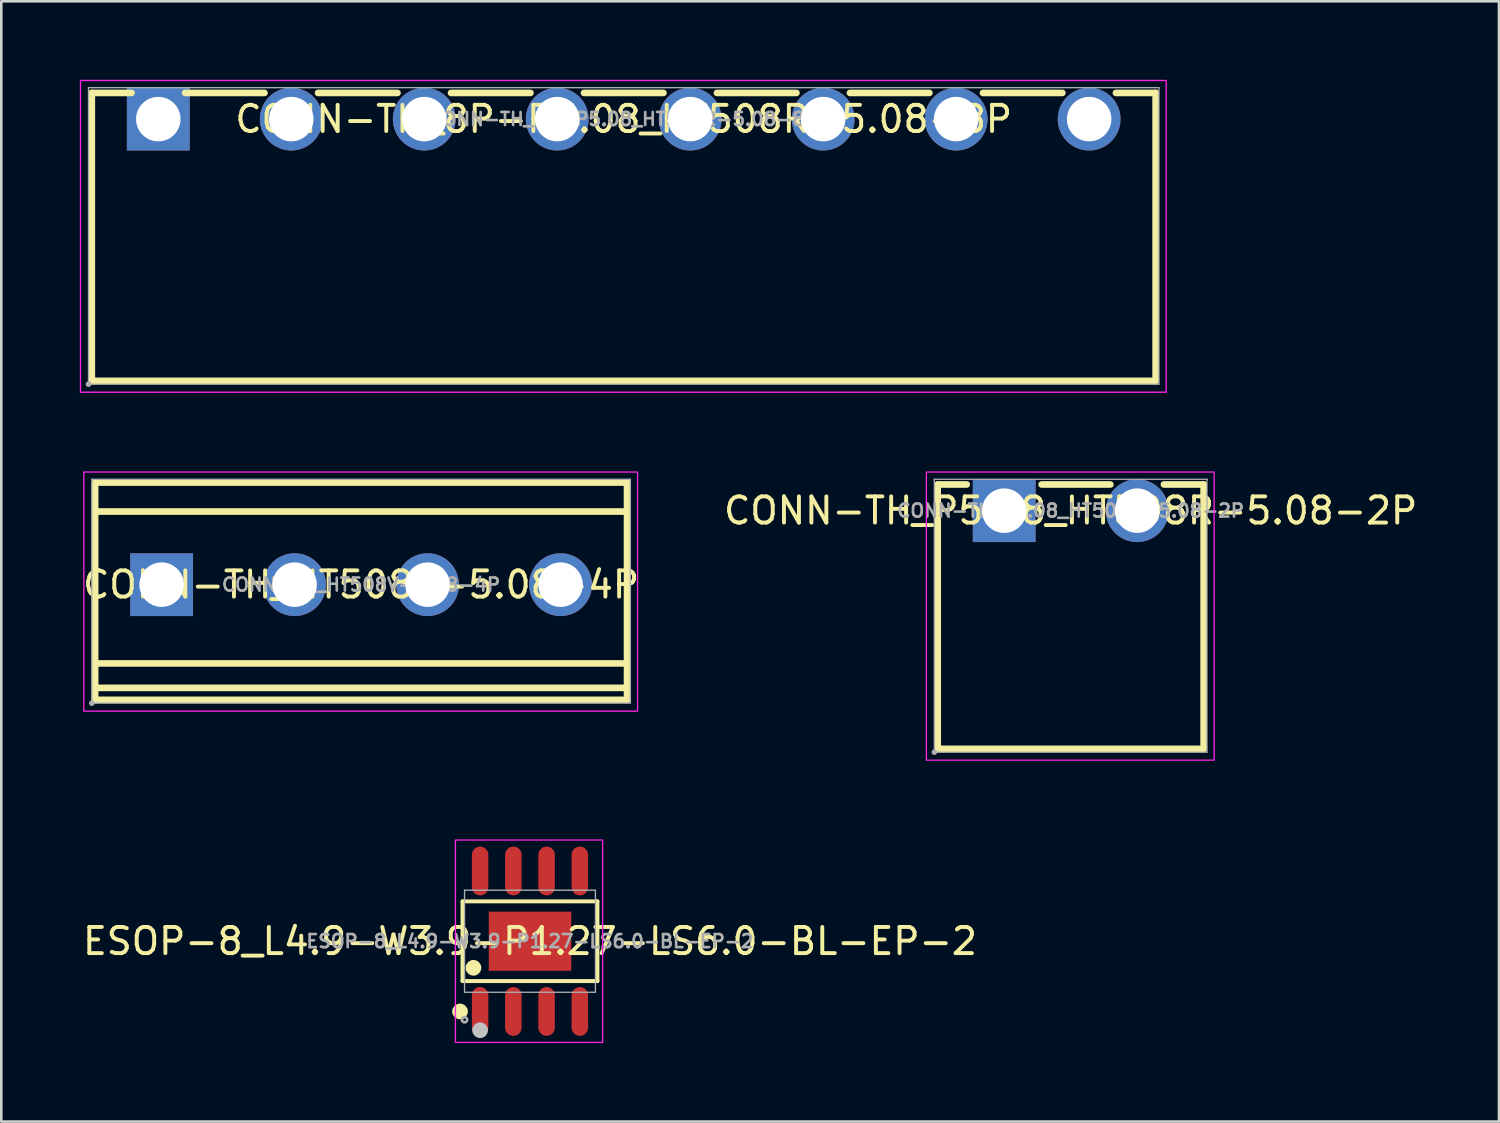
<source format=kicad_pcb>
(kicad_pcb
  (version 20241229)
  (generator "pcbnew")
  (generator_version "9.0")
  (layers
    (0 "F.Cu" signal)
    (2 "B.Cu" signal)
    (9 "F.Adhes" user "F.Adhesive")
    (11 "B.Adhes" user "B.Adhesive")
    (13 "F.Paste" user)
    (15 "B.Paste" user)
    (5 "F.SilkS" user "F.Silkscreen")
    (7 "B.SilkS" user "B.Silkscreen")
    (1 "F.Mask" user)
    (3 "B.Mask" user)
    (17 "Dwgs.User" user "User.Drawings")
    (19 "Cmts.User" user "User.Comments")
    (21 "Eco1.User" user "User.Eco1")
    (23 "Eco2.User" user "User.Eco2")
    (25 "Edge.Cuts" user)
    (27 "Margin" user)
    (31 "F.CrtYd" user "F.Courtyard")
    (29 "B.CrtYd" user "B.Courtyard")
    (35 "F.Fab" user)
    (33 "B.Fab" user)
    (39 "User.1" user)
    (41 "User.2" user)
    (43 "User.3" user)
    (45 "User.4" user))
  (footprint "ESOP-8_L4.9-W3.9-P1.27-LS6.0-BL-EP-2"
    (layer "F.Cu")
    (at 17.196 32.906)
    (property "Reference" "ESOP-8_L4.9-W3.9-P1.27-LS6.0-BL-EP-2" (at 0 0 0) (layer "F.SilkS") (effects (font (size 1 1) (thickness 0.15))))
    (fp_line (start -2.576 -1.522) (end 2.576 -1.522) (stroke (width 0.152) (type default)) (layer "F.SilkS"))
    (fp_line (start -2.576 1.522) (end -2.576 -1.522) (stroke (width 0.152) (type default)) (layer "F.SilkS"))
    (fp_line (start 2.576 -1.522) (end 2.576 1.522) (stroke (width 0.152) (type default)) (layer "F.SilkS"))
    (fp_line (start 2.576 1.522) (end -2.576 1.522) (stroke (width 0.152) (type default)) (layer "F.SilkS"))
    (fp_circle (center -2.672 2.683) (end -2.522 2.683) (stroke (width 0.3) (type default)) (fill no) (layer "F.SilkS"))
    (fp_circle (center -2.159 1.016) (end -2.009 1.016) (stroke (width 0.3) (type default)) (fill no) (layer "F.SilkS"))
    (fp_circle (center -1.905 3.4) (end -1.755 3.4) (stroke (width 0.3) (type default)) (fill no) (layer "Dwgs.User"))
    (fp_rect (start -2.848 -3.865) (end 2.776 3.865) (stroke (width 0.05) (type default)) (fill no) (layer "F.CrtYd"))
    (fp_line (start -2.5 -1.95) (end 2.5 -1.95) (stroke (width 0.051) (type default)) (layer "F.Fab"))
    (fp_line (start -2.5 1.95) (end -2.5 -1.95) (stroke (width 0.051) (type default)) (layer "F.Fab"))
    (fp_line (start 2.5 -1.95) (end 2.5 1.95) (stroke (width 0.051) (type default)) (layer "F.Fab"))
    (fp_line (start 2.5 1.95) (end -2.5 1.95) (stroke (width 0.051) (type default)) (layer "F.Fab"))
    (fp_poly (pts (xy -2.402 2.98) (xy -2.417 2.944) (xy -2.444 2.917) (xy -2.48 2.902) (xy -2.52 2.902) (xy -2.556 2.917) (xy -2.583 2.944) (xy -2.598 2.98) (xy -2.598 3.02) (xy -2.583 3.056) (xy -2.556 3.083) (xy -2.52 3.098) (xy -2.48 3.098) (xy -2.444 3.083) (xy -2.417 3.056) (xy -2.402 3.02)) (stroke (width 0.1) (type default)) (fill no) (layer "F.Fab"))
    (fp_poly (pts (xy -2.115 -2.165) (xy -2.115 -3) (xy -1.695 -3) (xy -1.695 -2.165)) (stroke (width 0.1) (type default)) (fill no) (layer "User.1"))
    (fp_poly (pts (xy -2.115 -1.94) (xy -2.115 -2.175) (xy -1.695 -2.175) (xy -1.695 -1.94)) (stroke (width 0.1) (type default)) (fill no) (layer "User.1"))
    (fp_poly (pts (xy -2.115 2.175) (xy -2.115 1.94) (xy -1.695 1.94) (xy -1.695 2.175)) (stroke (width 0.1) (type default)) (fill no) (layer "User.1"))
    (fp_poly (pts (xy -2.115 3) (xy -2.115 2.165) (xy -1.695 2.165) (xy -1.695 3)) (stroke (width 0.1) (type default)) (fill no) (layer "User.1"))
    (fp_poly (pts (xy -1.575 -1.13) (xy 1.575 -1.13) (xy 1.575 1.13) (xy -1.575 1.13)) (stroke (width 0.1) (type default)) (fill no) (layer "User.1"))
    (fp_poly (pts (xy -0.845 -2.165) (xy -0.845 -3) (xy -0.425 -3) (xy -0.425 -2.165)) (stroke (width 0.1) (type default)) (fill no) (layer "User.1"))
    (fp_poly (pts (xy -0.845 -1.94) (xy -0.845 -2.175) (xy -0.425 -2.175) (xy -0.425 -1.94)) (stroke (width 0.1) (type default)) (fill no) (layer "User.1"))
    (fp_poly (pts (xy -0.845 2.175) (xy -0.845 1.94) (xy -0.425 1.94) (xy -0.425 2.175)) (stroke (width 0.1) (type default)) (fill no) (layer "User.1"))
    (fp_poly (pts (xy -0.845 3) (xy -0.845 2.165) (xy -0.425 2.165) (xy -0.425 3)) (stroke (width 0.1) (type default)) (fill no) (layer "User.1"))
    (fp_poly (pts (xy 0.425 -2.165) (xy 0.425 -3) (xy 0.845 -3) (xy 0.845 -2.165)) (stroke (width 0.1) (type default)) (fill no) (layer "User.1"))
    (fp_poly (pts (xy 0.425 -1.94) (xy 0.425 -2.175) (xy 0.845 -2.175) (xy 0.845 -1.94)) (stroke (width 0.1) (type default)) (fill no) (layer "User.1"))
    (fp_poly (pts (xy 0.425 2.175) (xy 0.425 1.94) (xy 0.845 1.94) (xy 0.845 2.175)) (stroke (width 0.1) (type default)) (fill no) (layer "User.1"))
    (fp_poly (pts (xy 0.425 3) (xy 0.425 2.165) (xy 0.845 2.165) (xy 0.845 3)) (stroke (width 0.1) (type default)) (fill no) (layer "User.1"))
    (fp_poly (pts (xy 1.695 -2.165) (xy 1.695 -3) (xy 2.115 -3) (xy 2.115 -2.165)) (stroke (width 0.1) (type default)) (fill no) (layer "User.1"))
    (fp_poly (pts (xy 1.695 -1.94) (xy 1.695 -2.175) (xy 2.115 -2.175) (xy 2.115 -1.94)) (stroke (width 0.1) (type default)) (fill no) (layer "User.1"))
    (fp_poly (pts (xy 1.695 2.175) (xy 1.695 1.94) (xy 2.115 1.94) (xy 2.115 2.175)) (stroke (width 0.1) (type default)) (fill no) (layer "User.1"))
    (fp_poly (pts (xy 1.695 3) (xy 1.695 2.165) (xy 2.115 2.165) (xy 2.115 3)) (stroke (width 0.1) (type default)) (fill no) (layer "User.1"))
    (fp_text user "${REFERENCE}" (at 0 0 0) (layer "F.Fab") (effects (font (size 0.5 0.5) (thickness 0.1))))
    (pad "1" smd oval (at -1.905 2.683) (size 0.63 1.865) (layers "F.Cu" "F.Mask" "F.Paste"))
    (pad "2" smd oval (at -0.635 2.683) (size 0.63 1.865) (layers "F.Cu" "F.Mask" "F.Paste"))
    (pad "3" smd oval (at 0.635 2.683) (size 0.63 1.865) (layers "F.Cu" "F.Mask" "F.Paste"))
    (pad "4" smd oval (at 1.905 2.683) (size 0.63 1.865) (layers "F.Cu" "F.Mask" "F.Paste"))
    (pad "5" smd oval (at 1.905 -2.683) (size 0.63 1.865) (layers "F.Cu" "F.Mask" "F.Paste"))
    (pad "6" smd oval (at 0.635 -2.683) (size 0.63 1.865) (layers "F.Cu" "F.Mask" "F.Paste"))
    (pad "7" smd oval (at -0.635 -2.683) (size 0.63 1.865) (layers "F.Cu" "F.Mask" "F.Paste"))
    (pad "8" smd oval (at -1.905 -2.683) (size 0.63 1.865) (layers "F.Cu" "F.Mask" "F.Paste"))
    (pad "9" smd rect (at 0 0) (size 3.15 2.26) (layers "F.Cu" "F.Mask" "F.Paste")))
  (footprint "CONN-TH_P5.08_HT508R-5.08-2P"
    (layer "F.Cu")
    (at 37.851 16.458)
    (property "Reference" "CONN-TH_P5.08_HT508R-5.08-2P" (at 0 0 0) (layer "F.SilkS") (effects (font (size 1 1) (thickness 0.15))))
    (fp_line (start -5.08 -1) (end -5.08 9.1) (stroke (width 0.254) (type default)) (layer "F.SilkS"))
    (fp_line (start -5.08 -1) (end -3.971 -1) (stroke (width 0.254) (type default)) (layer "F.SilkS"))
    (fp_line (start -5.08 9.1) (end 5.08 9.1) (stroke (width 0.254) (type default)) (layer "F.SilkS"))
    (fp_line (start -1.109 -1) (end 1.517 -1) (stroke (width 0.254) (type default)) (layer "F.SilkS"))
    (fp_line (start 3.563 -1) (end 5.08 -1) (stroke (width 0.254) (type default)) (layer "F.SilkS"))
    (fp_line (start 5.08 -1) (end 5.08 9.1) (stroke (width 0.254) (type default)) (layer "F.SilkS"))
    (fp_rect (start -5.512 -1.476) (end 5.482 9.532) (stroke (width 0.05) (type default)) (fill no) (layer "F.CrtYd"))
    (fp_line (start -5.207 -1.2) (end 5.207 -1.2) (stroke (width 0.051) (type default)) (layer "F.Fab"))
    (fp_line (start -5.207 9.227) (end -5.207 -1.2) (stroke (width 0.051) (type default)) (layer "F.Fab"))
    (fp_line (start 5.207 -1.2) (end 5.207 9.227) (stroke (width 0.051) (type default)) (layer "F.Fab"))
    (fp_line (start 5.207 9.227) (end -5.207 9.227) (stroke (width 0.051) (type default)) (layer "F.Fab"))
    (fp_poly (pts (xy -5.152 9.204) (xy -5.184 9.172) (xy -5.23 9.172) (xy -5.262 9.204) (xy -5.262 9.25) (xy -5.23 9.282) (xy -5.184 9.282) (xy -5.152 9.25)) (stroke (width 0.1) (type default)) (fill no) (layer "F.Fab"))
    (fp_poly (pts (xy -1.794 -0.074) (xy -1.822 -0.218) (xy -1.879 -0.354) (xy -1.96 -0.476) (xy -2.064 -0.58) (xy -2.186 -0.661) (xy -2.322 -0.718) (xy -2.466 -0.746) (xy -2.614 -0.746) (xy -2.758 -0.718) (xy -2.894 -0.661) (xy -3.016 -0.58) (xy -3.12 -0.476) (xy -3.201 -0.354) (xy -3.258 -0.218) (xy -3.286 -0.074) (xy -3.286 0.074) (xy -3.258 0.218) (xy -3.201 0.354) (xy -3.12 0.476) (xy -3.016 0.58) (xy -2.894 0.661) (xy -2.758 0.718) (xy -2.614 0.746) (xy -2.466 0.746) (xy -2.322 0.718) (xy -2.186 0.661) (xy -2.064 0.58) (xy -1.96 0.476) (xy -1.879 0.354) (xy -1.822 0.218) (xy -1.794 0.074)) (stroke (width 0.1) (type default)) (fill no) (layer "User.1"))
    (fp_poly (pts (xy 3.286 -0.074) (xy 3.258 -0.218) (xy 3.201 -0.354) (xy 3.12 -0.476) (xy 3.016 -0.58) (xy 2.894 -0.661) (xy 2.758 -0.718) (xy 2.614 -0.746) (xy 2.466 -0.746) (xy 2.322 -0.718) (xy 2.186 -0.661) (xy 2.064 -0.58) (xy 1.96 -0.476) (xy 1.879 -0.354) (xy 1.822 -0.218) (xy 1.794 -0.074) (xy 1.794 0.074) (xy 1.822 0.218) (xy 1.879 0.354) (xy 1.96 0.476) (xy 2.064 0.58) (xy 2.186 0.661) (xy 2.322 0.718) (xy 2.466 0.746) (xy 2.614 0.746) (xy 2.758 0.718) (xy 2.894 0.661) (xy 3.016 0.58) (xy 3.12 0.476) (xy 3.201 0.354) (xy 3.258 0.218) (xy 3.286 0.074)) (stroke (width 0.1) (type default)) (fill no) (layer "User.1"))
    (fp_text user "${REFERENCE}" (at 0 0 0) (layer "F.Fab") (effects (font (size 0.5 0.5) (thickness 0.1))))
    (pad "1" thru_hole rect (at -2.54 0) (size 2.4 2.4) (drill 1.7) (layers "*.Cu" "*.Mask"))
    (pad "2" thru_hole circle (at 2.54 0) (size 2.4 2.4) (drill 1.7) (layers "*.Cu" "*.Mask")))
  (footprint "CONN-TH_HT508V-5.08-4P"
    (layer "F.Cu")
    (at 10.744 19.285)
    (property "Reference" "CONN-TH_HT508V-5.08-4P" (at 0 0 0) (layer "F.SilkS") (effects (font (size 1 1) (thickness 0.15))))
    (fp_line (start -10.16 -3.9) (end -10.16 4.4) (stroke (width 0.254) (type default)) (layer "F.SilkS"))
    (fp_line (start -10.16 -3.9) (end 10.16 -3.9) (stroke (width 0.254) (type default)) (layer "F.SilkS"))
    (fp_line (start -10.16 -2.794) (end 10.16 -2.794) (stroke (width 0.254) (type default)) (layer "F.SilkS"))
    (fp_line (start -10.16 3.009) (end 10.16 3.009) (stroke (width 0.254) (type default)) (layer "F.SilkS"))
    (fp_line (start -10.16 3.943) (end 10.16 3.943) (stroke (width 0.254) (type default)) (layer "F.SilkS"))
    (fp_line (start -10.16 4.4) (end 10.16 4.4) (stroke (width 0.254) (type default)) (layer "F.SilkS"))
    (fp_line (start 10.16 -3.9) (end 10.16 4.4) (stroke (width 0.254) (type default)) (layer "F.SilkS"))
    (fp_rect (start -10.592 -4.303) (end 10.562 4.832) (stroke (width 0.05) (type default)) (fill no) (layer "F.CrtYd"))
    (fp_line (start -10.287 -4.027) (end 10.287 -4.027) (stroke (width 0.051) (type default)) (layer "F.Fab"))
    (fp_line (start -10.287 4.527) (end -10.287 -4.027) (stroke (width 0.051) (type default)) (layer "F.Fab"))
    (fp_line (start 10.287 -4.027) (end 10.287 4.527) (stroke (width 0.051) (type default)) (layer "F.Fab"))
    (fp_line (start 10.287 4.527) (end -10.287 4.527) (stroke (width 0.051) (type default)) (layer "F.Fab"))
    (fp_poly (pts (xy -10.232 4.504) (xy -10.264 4.472) (xy -10.31 4.472) (xy -10.342 4.504) (xy -10.342 4.55) (xy -10.31 4.582) (xy -10.264 4.582) (xy -10.232 4.55)) (stroke (width 0.1) (type default)) (fill no) (layer "F.Fab"))
    (fp_poly (pts (xy -6.874 -0.074) (xy -6.902 -0.218) (xy -6.959 -0.354) (xy -7.04 -0.476) (xy -7.144 -0.58) (xy -7.266 -0.661) (xy -7.402 -0.718) (xy -7.546 -0.746) (xy -7.694 -0.746) (xy -7.838 -0.718) (xy -7.974 -0.661) (xy -8.096 -0.58) (xy -8.2 -0.476) (xy -8.281 -0.354) (xy -8.338 -0.218) (xy -8.366 -0.074) (xy -8.366 0.074) (xy -8.338 0.218) (xy -8.281 0.354) (xy -8.2 0.476) (xy -8.096 0.58) (xy -7.974 0.661) (xy -7.838 0.718) (xy -7.694 0.746) (xy -7.546 0.746) (xy -7.402 0.718) (xy -7.266 0.661) (xy -7.144 0.58) (xy -7.04 0.476) (xy -6.959 0.354) (xy -6.902 0.218) (xy -6.874 0.074)) (stroke (width 0.1) (type default)) (fill no) (layer "User.1"))
    (fp_poly (pts (xy -1.794 -0.074) (xy -1.822 -0.218) (xy -1.879 -0.354) (xy -1.96 -0.476) (xy -2.064 -0.58) (xy -2.186 -0.661) (xy -2.322 -0.718) (xy -2.466 -0.746) (xy -2.614 -0.746) (xy -2.758 -0.718) (xy -2.894 -0.661) (xy -3.016 -0.58) (xy -3.12 -0.476) (xy -3.201 -0.354) (xy -3.258 -0.218) (xy -3.286 -0.074) (xy -3.286 0.074) (xy -3.258 0.218) (xy -3.201 0.354) (xy -3.12 0.476) (xy -3.016 0.58) (xy -2.894 0.661) (xy -2.758 0.718) (xy -2.614 0.746) (xy -2.466 0.746) (xy -2.322 0.718) (xy -2.186 0.661) (xy -2.064 0.58) (xy -1.96 0.476) (xy -1.879 0.354) (xy -1.822 0.218) (xy -1.794 0.074)) (stroke (width 0.1) (type default)) (fill no) (layer "User.1"))
    (fp_poly (pts (xy 3.286 -0.074) (xy 3.258 -0.218) (xy 3.201 -0.354) (xy 3.12 -0.476) (xy 3.016 -0.58) (xy 2.894 -0.661) (xy 2.758 -0.718) (xy 2.614 -0.746) (xy 2.466 -0.746) (xy 2.322 -0.718) (xy 2.186 -0.661) (xy 2.064 -0.58) (xy 1.96 -0.476) (xy 1.879 -0.354) (xy 1.822 -0.218) (xy 1.794 -0.074) (xy 1.794 0.074) (xy 1.822 0.218) (xy 1.879 0.354) (xy 1.96 0.476) (xy 2.064 0.58) (xy 2.186 0.661) (xy 2.322 0.718) (xy 2.466 0.746) (xy 2.614 0.746) (xy 2.758 0.718) (xy 2.894 0.661) (xy 3.016 0.58) (xy 3.12 0.476) (xy 3.201 0.354) (xy 3.258 0.218) (xy 3.286 0.074)) (stroke (width 0.1) (type default)) (fill no) (layer "User.1"))
    (fp_poly (pts (xy 8.366 -0.074) (xy 8.338 -0.218) (xy 8.281 -0.354) (xy 8.2 -0.476) (xy 8.096 -0.58) (xy 7.974 -0.661) (xy 7.838 -0.718) (xy 7.694 -0.746) (xy 7.546 -0.746) (xy 7.402 -0.718) (xy 7.266 -0.661) (xy 7.144 -0.58) (xy 7.04 -0.476) (xy 6.959 -0.354) (xy 6.902 -0.218) (xy 6.874 -0.074) (xy 6.874 0.074) (xy 6.902 0.218) (xy 6.959 0.354) (xy 7.04 0.476) (xy 7.144 0.58) (xy 7.266 0.661) (xy 7.402 0.718) (xy 7.546 0.746) (xy 7.694 0.746) (xy 7.838 0.718) (xy 7.974 0.661) (xy 8.096 0.58) (xy 8.2 0.476) (xy 8.281 0.354) (xy 8.338 0.218) (xy 8.366 0.074)) (stroke (width 0.1) (type default)) (fill no) (layer "User.1"))
    (fp_text user "${REFERENCE}" (at 0 0 0) (layer "F.Fab") (effects (font (size 0.5 0.5) (thickness 0.1))))
    (pad "1" thru_hole rect (at -7.62 0) (size 2.4 2.4) (drill 1.7) (layers "*.Cu" "*.Mask"))
    (pad "2" thru_hole circle (at -2.54 0) (size 2.4 2.4) (drill 1.7) (layers "*.Cu" "*.Mask"))
    (pad "3" thru_hole circle (at 2.54 0) (size 2.4 2.4) (drill 1.7) (layers "*.Cu" "*.Mask"))
    (pad "4" thru_hole circle (at 7.62 0) (size 2.4 2.4) (drill 1.7) (layers "*.Cu" "*.Mask")))
  (footprint "CONN-TH_8P-P5.08_HT508R-5.08-8P"
    (layer "F.Cu")
    (at 20.777 1.5)
    (property "Reference" "CONN-TH_8P-P5.08_HT508R-5.08-8P" (at 0 0 0) (layer "F.SilkS") (effects (font (size 1 1) (thickness 0.15))))
    (fp_line (start -20.32 -1) (end -20.32 10) (stroke (width 0.254) (type default)) (layer "F.SilkS"))
    (fp_line (start -20.32 10) (end 20.32 10) (stroke (width 0.254) (type default)) (layer "F.SilkS"))
    (fp_line (start -18.803 -1) (end -20.32 -1) (stroke (width 0.254) (type default)) (layer "F.SilkS"))
    (fp_line (start -13.723 -1) (end -16.757 -1) (stroke (width 0.254) (type default)) (layer "F.SilkS"))
    (fp_line (start -8.643 -1) (end -11.677 -1) (stroke (width 0.254) (type default)) (layer "F.SilkS"))
    (fp_line (start -3.563 -1) (end -6.597 -1) (stroke (width 0.254) (type default)) (layer "F.SilkS"))
    (fp_line (start 1.517 -1) (end -1.517 -1) (stroke (width 0.254) (type default)) (layer "F.SilkS"))
    (fp_line (start 6.597 -1) (end 3.563 -1) (stroke (width 0.254) (type default)) (layer "F.SilkS"))
    (fp_line (start 11.677 -1) (end 8.643 -1) (stroke (width 0.254) (type default)) (layer "F.SilkS"))
    (fp_line (start 16.757 -1) (end 13.723 -1) (stroke (width 0.254) (type default)) (layer "F.SilkS"))
    (fp_line (start 20.32 -1) (end 18.803 -1) (stroke (width 0.254) (type default)) (layer "F.SilkS"))
    (fp_line (start 20.32 -1) (end 20.32 10) (stroke (width 0.254) (type default)) (layer "F.SilkS"))
    (fp_rect (start -20.752 -1.476) (end 20.723 10.432) (stroke (width 0.05) (type default)) (fill no) (layer "F.CrtYd"))
    (fp_line (start -20.447 -1.2) (end 20.447 -1.2) (stroke (width 0.051) (type default)) (layer "F.Fab"))
    (fp_line (start -20.447 10.127) (end -20.447 -1.2) (stroke (width 0.051) (type default)) (layer "F.Fab"))
    (fp_line (start 20.447 -1.2) (end 20.447 10.127) (stroke (width 0.051) (type default)) (layer "F.Fab"))
    (fp_line (start 20.447 10.127) (end -20.447 10.127) (stroke (width 0.051) (type default)) (layer "F.Fab"))
    (fp_poly (pts (xy -20.392 10.104) (xy -20.424 10.072) (xy -20.47 10.072) (xy -20.502 10.104) (xy -20.502 10.15) (xy -20.47 10.182) (xy -20.424 10.182) (xy -20.392 10.15)) (stroke (width 0.1) (type default)) (fill no) (layer "F.Fab"))
    (fp_poly (pts (xy -17.034 -0.074) (xy -17.062 -0.218) (xy -17.119 -0.354) (xy -17.2 -0.476) (xy -17.304 -0.58) (xy -17.426 -0.661) (xy -17.562 -0.718) (xy -17.706 -0.746) (xy -17.854 -0.746) (xy -17.998 -0.718) (xy -18.134 -0.661) (xy -18.256 -0.58) (xy -18.36 -0.476) (xy -18.441 -0.354) (xy -18.498 -0.218) (xy -18.526 -0.074) (xy -18.526 0.074) (xy -18.498 0.218) (xy -18.441 0.354) (xy -18.36 0.476) (xy -18.256 0.58) (xy -18.134 0.661) (xy -17.998 0.718) (xy -17.854 0.746) (xy -17.706 0.746) (xy -17.562 0.718) (xy -17.426 0.661) (xy -17.304 0.58) (xy -17.2 0.476) (xy -17.119 0.354) (xy -17.062 0.218) (xy -17.034 0.074)) (stroke (width 0.1) (type default)) (fill no) (layer "User.1"))
    (fp_poly (pts (xy -11.954 -0.074) (xy -11.982 -0.218) (xy -12.039 -0.354) (xy -12.12 -0.476) (xy -12.224 -0.58) (xy -12.346 -0.661) (xy -12.482 -0.718) (xy -12.626 -0.746) (xy -12.774 -0.746) (xy -12.918 -0.718) (xy -13.054 -0.661) (xy -13.176 -0.58) (xy -13.28 -0.476) (xy -13.361 -0.354) (xy -13.418 -0.218) (xy -13.446 -0.074) (xy -13.446 0.074) (xy -13.418 0.218) (xy -13.361 0.354) (xy -13.28 0.476) (xy -13.176 0.58) (xy -13.054 0.661) (xy -12.918 0.718) (xy -12.774 0.746) (xy -12.626 0.746) (xy -12.482 0.718) (xy -12.346 0.661) (xy -12.224 0.58) (xy -12.12 0.476) (xy -12.039 0.354) (xy -11.982 0.218) (xy -11.954 0.074)) (stroke (width 0.1) (type default)) (fill no) (layer "User.1"))
    (fp_poly (pts (xy -6.874 -0.074) (xy -6.902 -0.218) (xy -6.959 -0.354) (xy -7.04 -0.476) (xy -7.144 -0.58) (xy -7.266 -0.661) (xy -7.402 -0.718) (xy -7.546 -0.746) (xy -7.694 -0.746) (xy -7.838 -0.718) (xy -7.974 -0.661) (xy -8.096 -0.58) (xy -8.2 -0.476) (xy -8.281 -0.354) (xy -8.338 -0.218) (xy -8.366 -0.074) (xy -8.366 0.074) (xy -8.338 0.218) (xy -8.281 0.354) (xy -8.2 0.476) (xy -8.096 0.58) (xy -7.974 0.661) (xy -7.838 0.718) (xy -7.694 0.746) (xy -7.546 0.746) (xy -7.402 0.718) (xy -7.266 0.661) (xy -7.144 0.58) (xy -7.04 0.476) (xy -6.959 0.354) (xy -6.902 0.218) (xy -6.874 0.074)) (stroke (width 0.1) (type default)) (fill no) (layer "User.1"))
    (fp_poly (pts (xy -1.794 -0.074) (xy -1.822 -0.218) (xy -1.879 -0.354) (xy -1.96 -0.476) (xy -2.064 -0.58) (xy -2.186 -0.661) (xy -2.322 -0.718) (xy -2.466 -0.746) (xy -2.614 -0.746) (xy -2.758 -0.718) (xy -2.894 -0.661) (xy -3.016 -0.58) (xy -3.12 -0.476) (xy -3.201 -0.354) (xy -3.258 -0.218) (xy -3.286 -0.074) (xy -3.286 0.074) (xy -3.258 0.218) (xy -3.201 0.354) (xy -3.12 0.476) (xy -3.016 0.58) (xy -2.894 0.661) (xy -2.758 0.718) (xy -2.614 0.746) (xy -2.466 0.746) (xy -2.322 0.718) (xy -2.186 0.661) (xy -2.064 0.58) (xy -1.96 0.476) (xy -1.879 0.354) (xy -1.822 0.218) (xy -1.794 0.074)) (stroke (width 0.1) (type default)) (fill no) (layer "User.1"))
    (fp_poly (pts (xy 3.286 -0.074) (xy 3.258 -0.218) (xy 3.201 -0.354) (xy 3.12 -0.476) (xy 3.016 -0.58) (xy 2.894 -0.661) (xy 2.758 -0.718) (xy 2.614 -0.746) (xy 2.466 -0.746) (xy 2.322 -0.718) (xy 2.186 -0.661) (xy 2.064 -0.58) (xy 1.96 -0.476) (xy 1.879 -0.354) (xy 1.822 -0.218) (xy 1.794 -0.074) (xy 1.794 0.074) (xy 1.822 0.218) (xy 1.879 0.354) (xy 1.96 0.476) (xy 2.064 0.58) (xy 2.186 0.661) (xy 2.322 0.718) (xy 2.466 0.746) (xy 2.614 0.746) (xy 2.758 0.718) (xy 2.894 0.661) (xy 3.016 0.58) (xy 3.12 0.476) (xy 3.201 0.354) (xy 3.258 0.218) (xy 3.286 0.074)) (stroke (width 0.1) (type default)) (fill no) (layer "User.1"))
    (fp_poly (pts (xy 8.366 -0.074) (xy 8.338 -0.218) (xy 8.281 -0.354) (xy 8.2 -0.476) (xy 8.096 -0.58) (xy 7.974 -0.661) (xy 7.838 -0.718) (xy 7.694 -0.746) (xy 7.546 -0.746) (xy 7.402 -0.718) (xy 7.266 -0.661) (xy 7.144 -0.58) (xy 7.04 -0.476) (xy 6.959 -0.354) (xy 6.902 -0.218) (xy 6.874 -0.074) (xy 6.874 0.074) (xy 6.902 0.218) (xy 6.959 0.354) (xy 7.04 0.476) (xy 7.144 0.58) (xy 7.266 0.661) (xy 7.402 0.718) (xy 7.546 0.746) (xy 7.694 0.746) (xy 7.838 0.718) (xy 7.974 0.661) (xy 8.096 0.58) (xy 8.2 0.476) (xy 8.281 0.354) (xy 8.338 0.218) (xy 8.366 0.074)) (stroke (width 0.1) (type default)) (fill no) (layer "User.1"))
    (fp_poly (pts (xy 13.446 -0.074) (xy 13.418 -0.218) (xy 13.361 -0.354) (xy 13.28 -0.476) (xy 13.176 -0.58) (xy 13.054 -0.661) (xy 12.918 -0.718) (xy 12.774 -0.746) (xy 12.626 -0.746) (xy 12.482 -0.718) (xy 12.346 -0.661) (xy 12.224 -0.58) (xy 12.12 -0.476) (xy 12.039 -0.354) (xy 11.982 -0.218) (xy 11.954 -0.074) (xy 11.954 0.074) (xy 11.982 0.218) (xy 12.039 0.354) (xy 12.12 0.476) (xy 12.224 0.58) (xy 12.346 0.661) (xy 12.482 0.718) (xy 12.626 0.746) (xy 12.774 0.746) (xy 12.918 0.718) (xy 13.054 0.661) (xy 13.176 0.58) (xy 13.28 0.476) (xy 13.361 0.354) (xy 13.418 0.218) (xy 13.446 0.074)) (stroke (width 0.1) (type default)) (fill no) (layer "User.1"))
    (fp_poly (pts (xy 18.526 -0.074) (xy 18.498 -0.218) (xy 18.441 -0.354) (xy 18.36 -0.476) (xy 18.256 -0.58) (xy 18.134 -0.661) (xy 17.998 -0.718) (xy 17.854 -0.746) (xy 17.706 -0.746) (xy 17.562 -0.718) (xy 17.426 -0.661) (xy 17.304 -0.58) (xy 17.2 -0.476) (xy 17.119 -0.354) (xy 17.062 -0.218) (xy 17.034 -0.074) (xy 17.034 0.074) (xy 17.062 0.218) (xy 17.119 0.354) (xy 17.2 0.476) (xy 17.304 0.58) (xy 17.426 0.661) (xy 17.562 0.718) (xy 17.706 0.746) (xy 17.854 0.746) (xy 17.998 0.718) (xy 18.134 0.661) (xy 18.256 0.58) (xy 18.36 0.476) (xy 18.441 0.354) (xy 18.498 0.218) (xy 18.526 0.074)) (stroke (width 0.1) (type default)) (fill no) (layer "User.1"))
    (fp_text user "${REFERENCE}" (at 0 0 0) (layer "F.Fab") (effects (font (size 0.5 0.5) (thickness 0.1))))
    (pad "1" thru_hole rect (at -17.78 0) (size 2.4 2.4) (drill 1.7) (layers "*.Cu" "*.Mask"))
    (pad "2" thru_hole circle (at -12.7 0) (size 2.4 2.4) (drill 1.7) (layers "*.Cu" "*.Mask"))
    (pad "3" thru_hole circle (at -7.62 0) (size 2.4 2.4) (drill 1.7) (layers "*.Cu" "*.Mask"))
    (pad "4" thru_hole circle (at -2.54 0) (size 2.4 2.4) (drill 1.7) (layers "*.Cu" "*.Mask"))
    (pad "5" thru_hole circle (at 2.54 0) (size 2.4 2.4) (drill 1.7) (layers "*.Cu" "*.Mask"))
    (pad "6" thru_hole circle (at 7.62 0) (size 2.4 2.4) (drill 1.7) (layers "*.Cu" "*.Mask"))
    (pad "7" thru_hole circle (at 12.7 0) (size 2.4 2.4) (drill 1.7) (layers "*.Cu" "*.Mask"))
    (pad "8" thru_hole circle (at 17.78 0) (size 2.4 2.4) (drill 1.7) (layers "*.Cu" "*.Mask")))
  (gr_rect
    (start -3 -3)
    (end 54.214 39.796)
    (stroke (width 0.1) (type default))
    (fill no)
    (layer "Edge.Cuts")))
</source>
